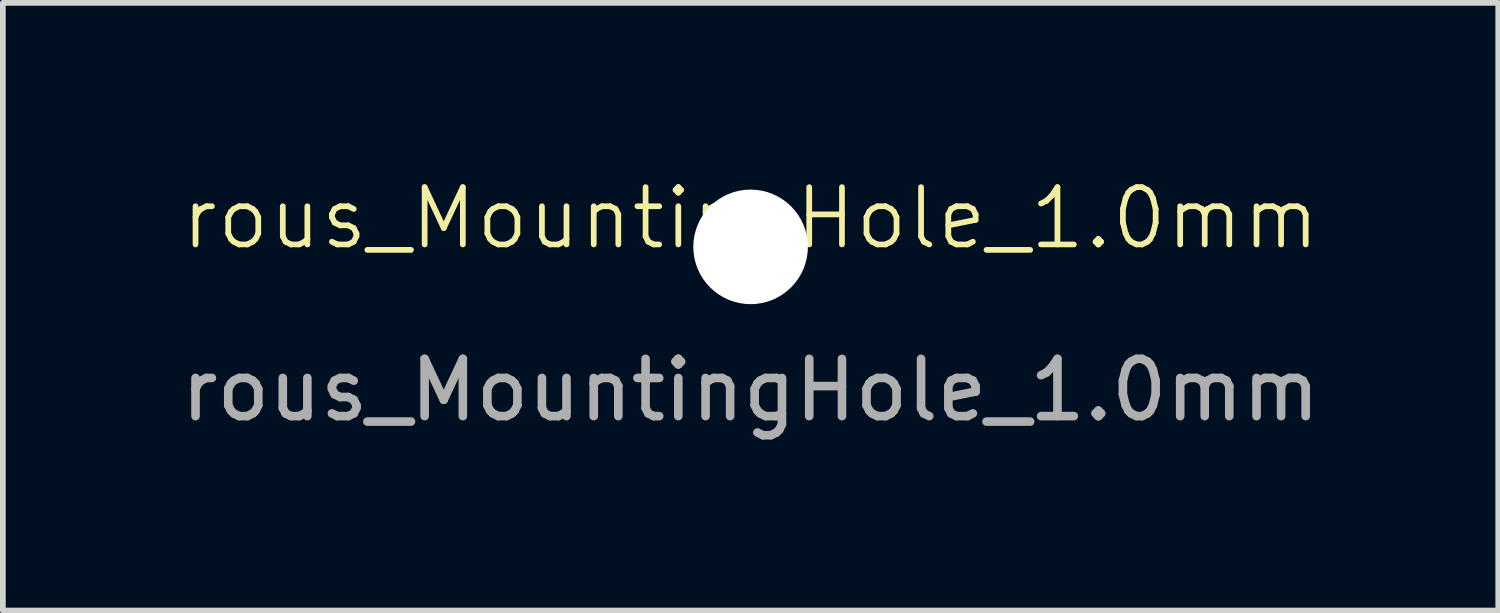
<source format=kicad_pcb>
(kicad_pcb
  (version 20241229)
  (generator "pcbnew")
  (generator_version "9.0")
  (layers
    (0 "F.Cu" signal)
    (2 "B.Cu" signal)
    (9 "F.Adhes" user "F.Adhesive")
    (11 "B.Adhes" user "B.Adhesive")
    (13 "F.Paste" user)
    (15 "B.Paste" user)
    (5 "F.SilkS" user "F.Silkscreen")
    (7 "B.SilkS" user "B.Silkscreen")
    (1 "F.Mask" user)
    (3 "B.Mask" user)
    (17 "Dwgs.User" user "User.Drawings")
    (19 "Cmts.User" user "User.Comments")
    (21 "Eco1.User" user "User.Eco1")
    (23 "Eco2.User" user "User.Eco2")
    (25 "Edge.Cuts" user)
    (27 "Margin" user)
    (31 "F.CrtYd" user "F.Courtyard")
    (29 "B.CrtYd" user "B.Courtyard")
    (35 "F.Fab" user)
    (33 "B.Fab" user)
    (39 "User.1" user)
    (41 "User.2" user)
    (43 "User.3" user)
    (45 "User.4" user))
  (footprint "rous_MountingHole_1.0mm"
    (layer "F.Cu")
    (at 10.054 1.26)
    (property "Reference" "rous_MountingHole_1.0mm" (at 0 -0.5 0) (unlocked yes) (layer "F.SilkS") (effects (font (size 1 1) (thickness 0.1))))
    (fp_text user "${REFERENCE}" (at 0 2.5 0) (unlocked yes) (layer "F.Fab") (effects (font (size 1 1) (thickness 0.15))))
    (pad "" np_thru_hole circle (at 0 0) (size 2 2) (drill 2) (layers "*.Cu" "*.Mask")))
  (gr_rect
    (start -3 -3)
    (end 23.107 7.609)
    (stroke (width 0.1) (type default))
    (fill no)
    (layer "Edge.Cuts")))
</source>
